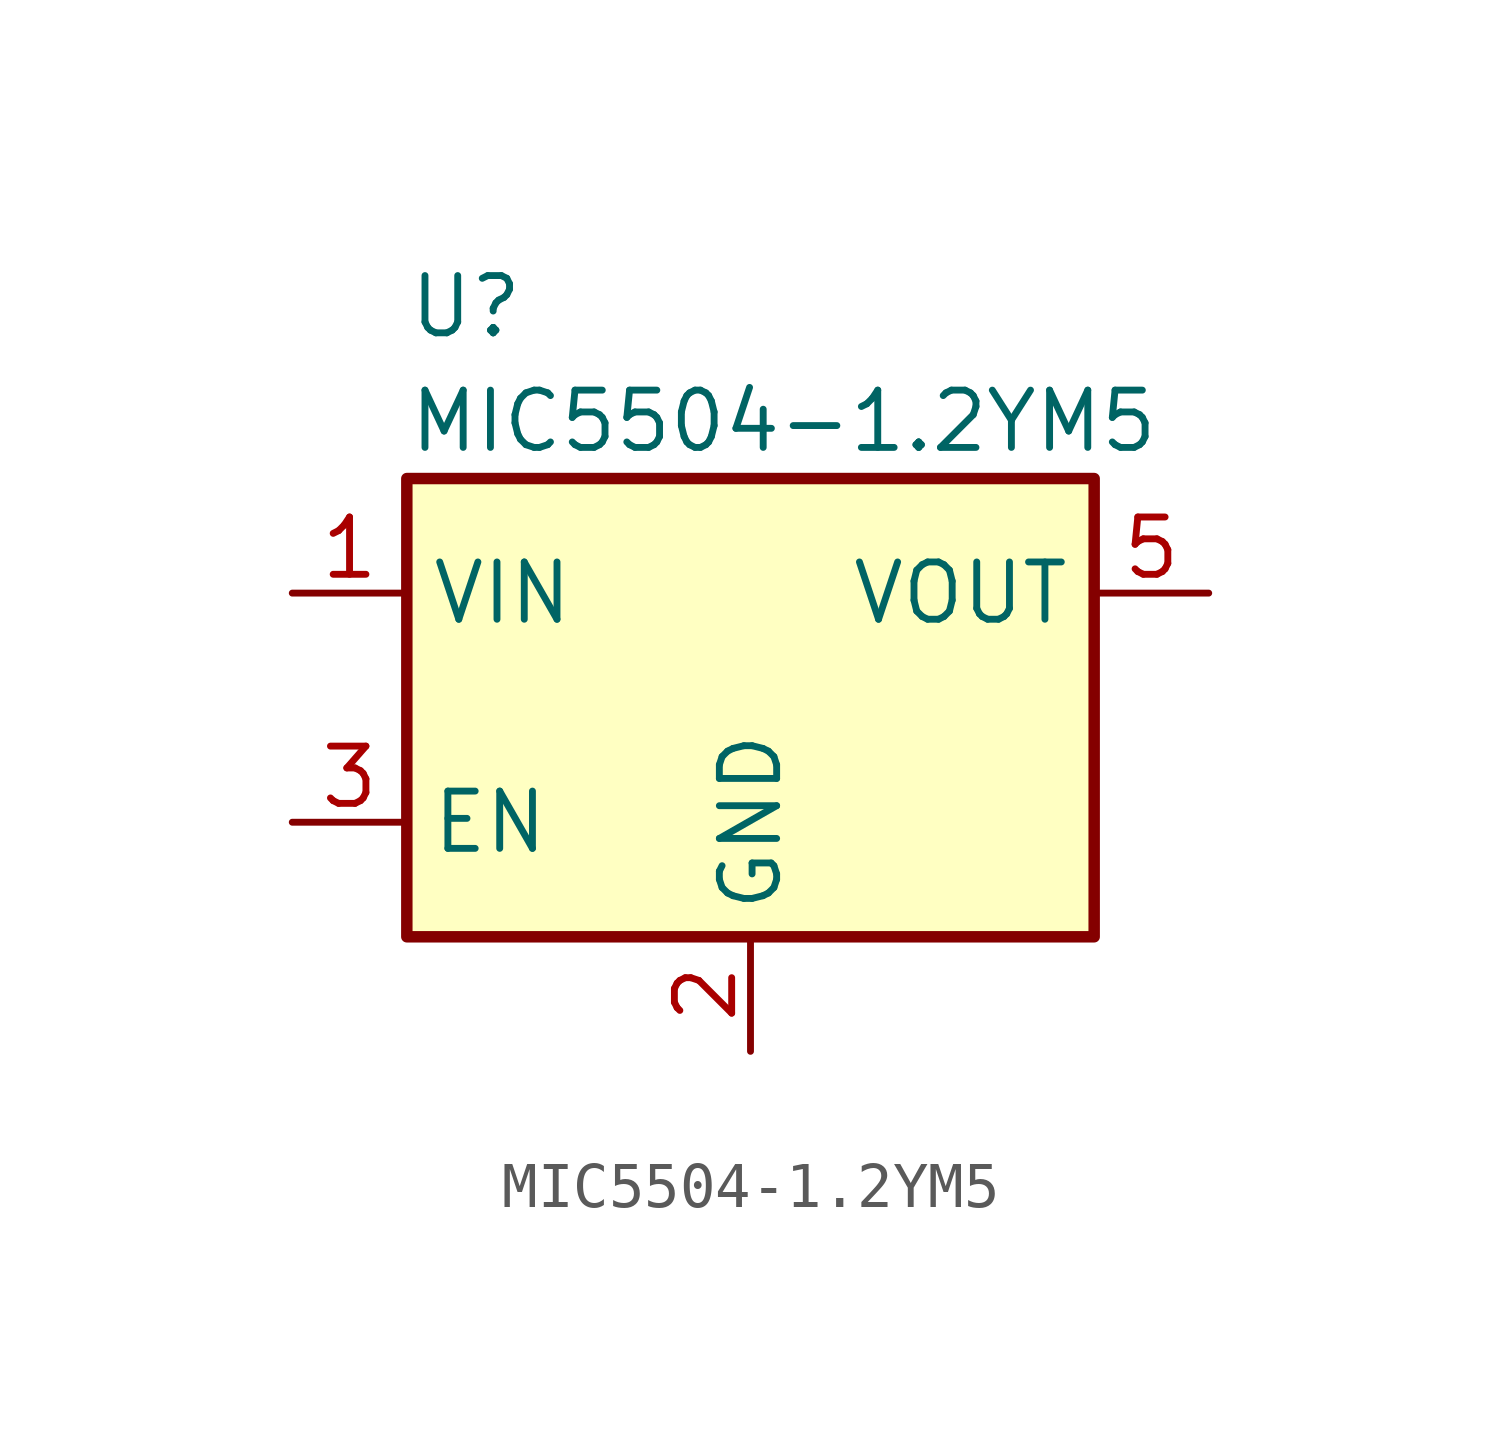
<source format=kicad_sym>
(kicad_symbol_lib
  (version 20200126)
  (host kicad_symbol_editor "(5.99.0-2195-g476558ece)")
  (symbol "MIC550X:MIC5504-1.2YM5"
    (pin_names
      (offset 0.508))
    (property "Reference" "U"
      (at -7.62 8.89 0)
      (effects (font (size 1.27 1.27)) (justify left)))
    (property "Value" "MIC5504-1.2YM5"
      (at -7.62 6.35 0)
      (effects (font (size 1.27 1.27)) (justify left)))
    (symbol "MIC5504-1.2YM5_0_1"
      (rectangle (start -7.62 -5.08) (end 7.62 5.08) (stroke (width 0.254)) (fill (type background))))
    (symbol "MIC5504-1.2YM5_1_1"
      (pin power_in line (at -10.16 2.54 0) (length 2.54) (name "VIN" (effects (font (size 1.27 1.27)))) (number "1" (effects (font (size 1.27 1.27)))))
      (pin power_in line (at 0 -7.62 90) (length 2.54) (name "GND" (effects (font (size 1.27 1.27)))) (number "2" (effects (font (size 1.27 1.27)))))
      (pin input line (at -10.16 -2.54 0) (length 2.54) (name "EN" (effects (font (size 1.27 1.27)))) (number "3" (effects (font (size 1.27 1.27)))))
      (pin unconnected line (at 7.62 -2.54 180) (length 2.54) hide (name "NC" (effects (font (size 1.27 1.27)))) (number "4" (effects (font (size 1.27 1.27)))))
      (pin power_out line (at 10.16 2.54 180) (length 2.54) (name "VOUT" (effects (font (size 1.27 1.27)))) (number "5" (effects (font (size 1.27 1.27))))))))
</source>
